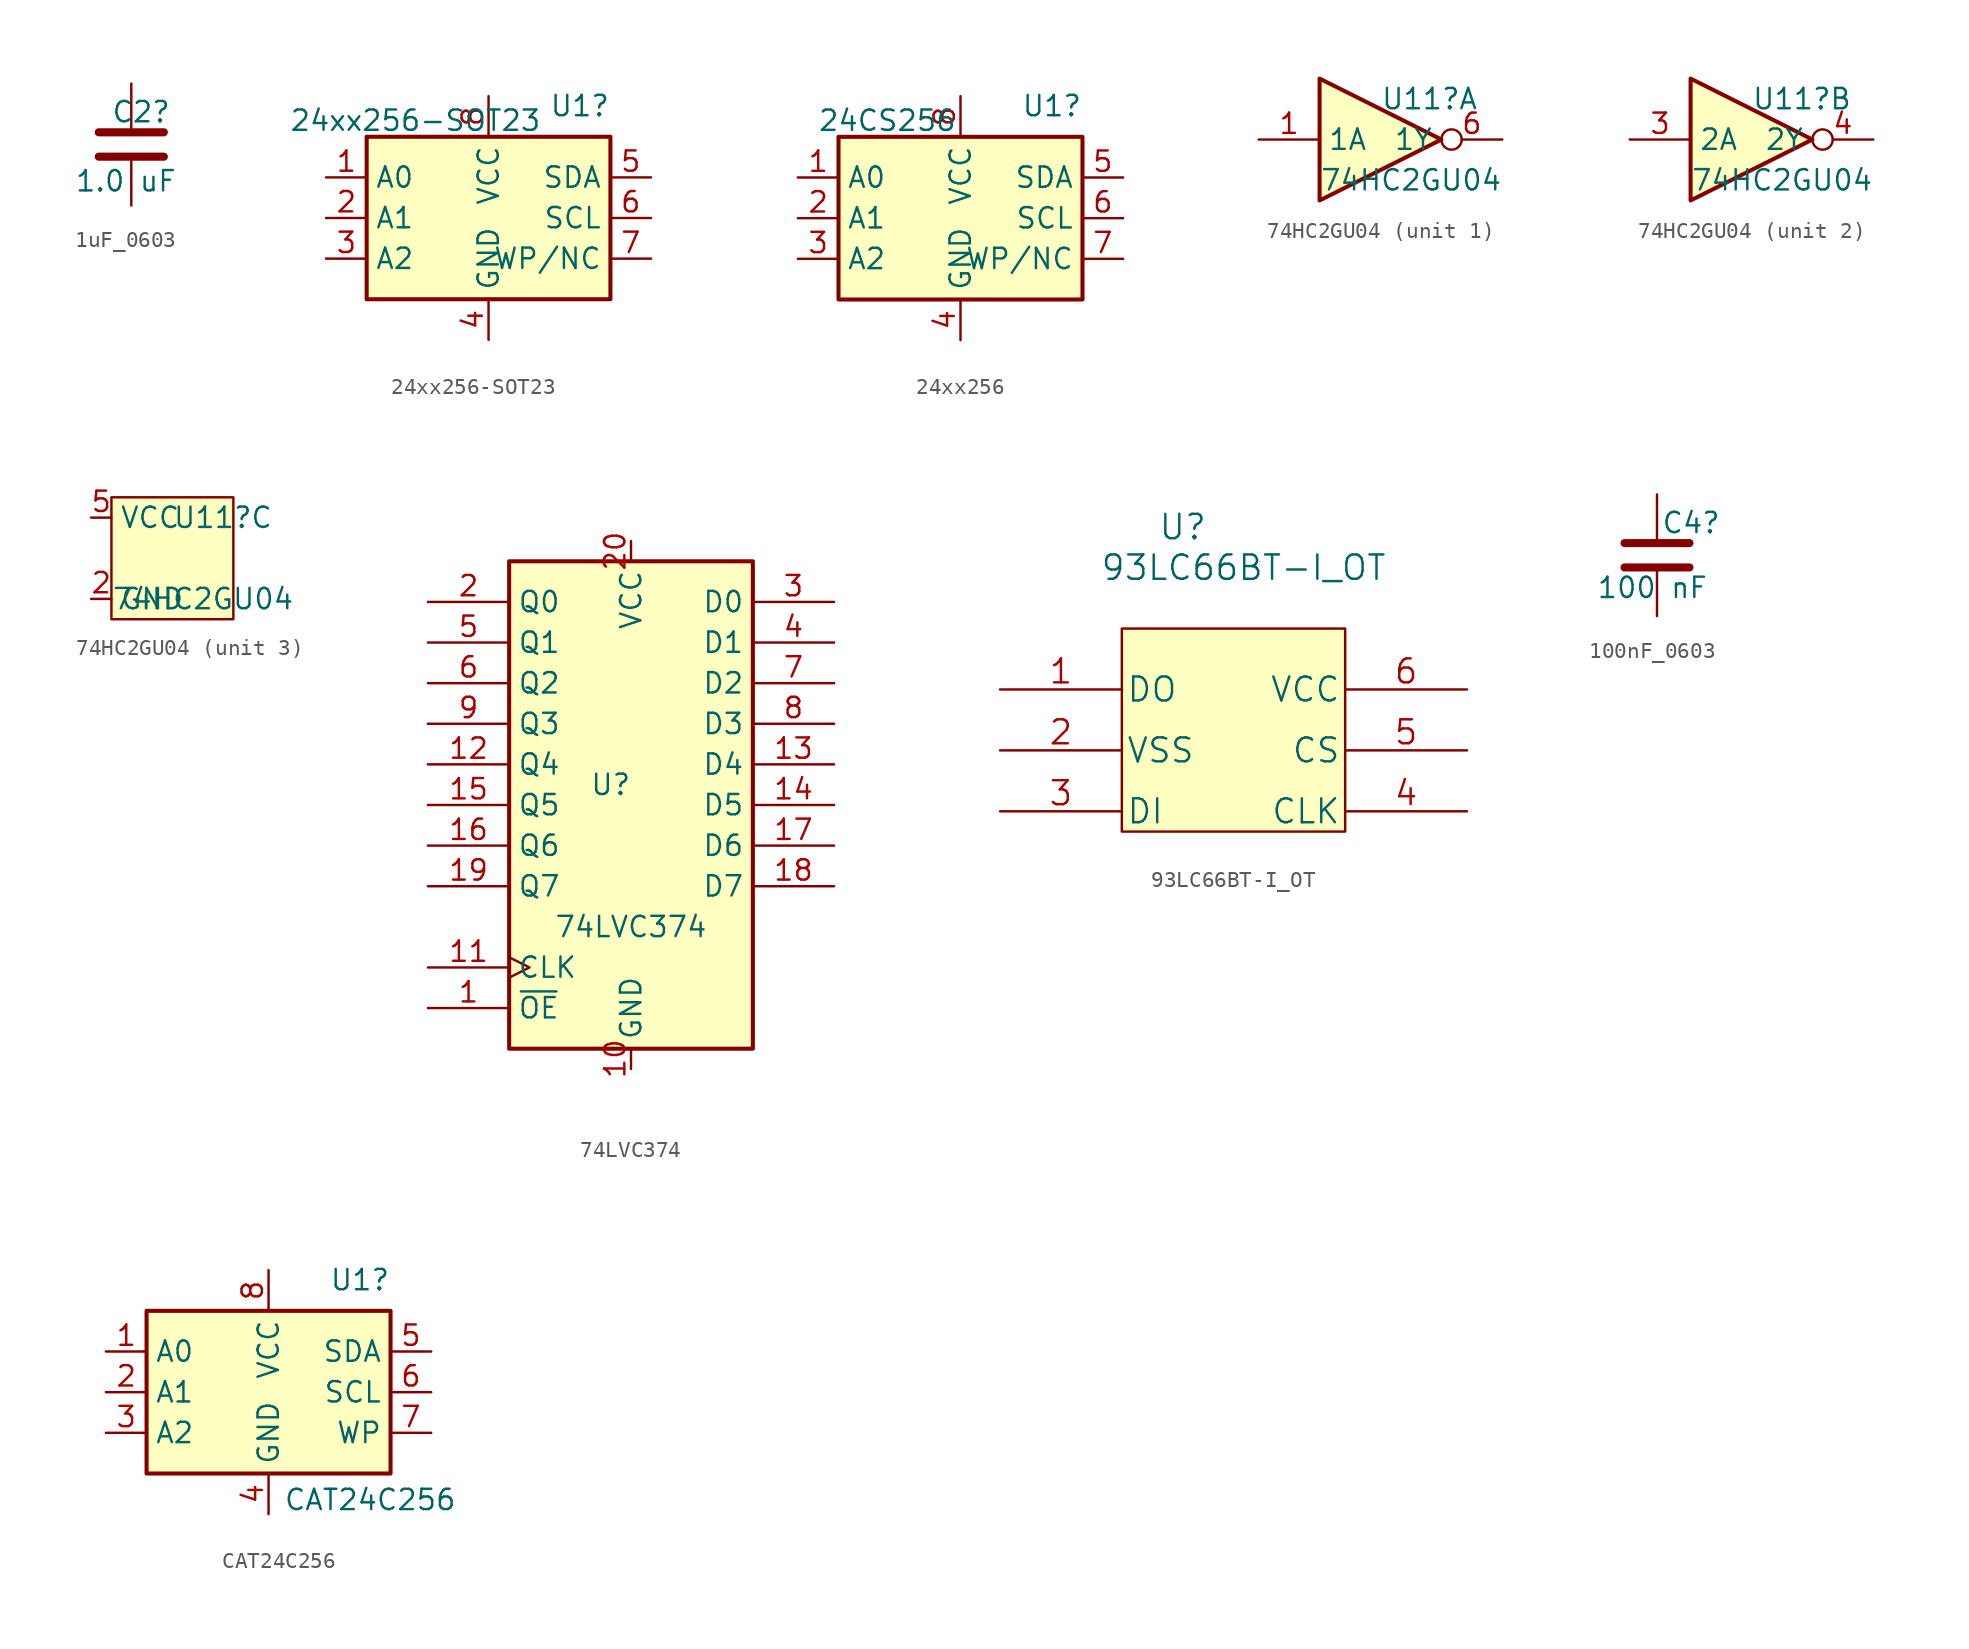
<source format=kicad_sym>
(kicad_symbol_lib
  (version 20241209)
  (generator "kicad_symbol_editor")
  (generator_version "9.0")
  (symbol "1uF_0603"
    (pin_numbers
      (hide yes))
    (pin_names
      (offset 0.254))
    (property "Reference" "C2"
      (at -1.27 2.032 0)
      (effects (font (size 1.27 1.27)) (justify left)))
    (property "Value" "1.0 uF"
      (at -3.556 -2.286 0)
      (effects (font (size 1.27 1.27)) (justify left)))
    (symbol "1uF_0603_0_1"
      (polyline (pts (xy -2.032 0.762) (xy 2.032 0.762)) (stroke (width 0.508) (type solid)) (fill (type none)))
      (polyline (pts (xy -2.032 -0.762) (xy 2.032 -0.762)) (stroke (width 0.508) (type solid)) (fill (type none))))
    (symbol "1uF_0603_1_1"
      (pin passive line (at 0 3.81 270) (length 2.794) (name "~" (effects (font (size 1.27 1.27)))) (number "1" (effects (font (size 1.27 1.27)))))
      (pin passive line (at 0 -3.81 90) (length 2.794) (name "~" (effects (font (size 1.27 1.27)))) (number "2" (effects (font (size 1.27 1.27)))))))
  (symbol "24xx256-SOT23"
    (property "Reference" "U1"
      (at 7.62 7.01 0)
      (effects (font (size 1.27 1.27)) (justify right)))
    (property "Value" "24xx256-SOT23"
      (at -4.572 6.096 0)
      (effects (font (size 1.27 1.27))))
    (symbol "24xx256-SOT23_1_1"
      (rectangle (start -7.62 5.08) (end 7.62 -5.08) (stroke (width 0.254) (type default)) (fill (type background)))
      (pin input line (at -10.16 2.54 0) (length 2.54) (name "A0" (effects (font (size 1.27 1.27)))) (number "1" (effects (font (size 1.27 1.27)))))
      (pin input line (at -10.16 0 0) (length 2.54) (name "A1" (effects (font (size 1.27 1.27)))) (number "2" (effects (font (size 1.27 1.27)))))
      (pin input line (at -10.16 -2.54 0) (length 2.54) (name "A2" (effects (font (size 1.27 1.27)))) (number "3" (effects (font (size 1.27 1.27)))))
      (pin power_in line (at 0 7.62 270) (length 2.54) (name "VCC" (effects (font (size 1.27 1.27)))) (number "8" (effects (font (size 1.27 1.27)))))
      (pin power_in line (at 0 -7.62 90) (length 2.54) (name "GND" (effects (font (size 1.27 1.27)))) (number "4" (effects (font (size 1.27 1.27)))))
      (pin bidirectional line (at 10.16 2.54 180) (length 2.54) (name "SDA" (effects (font (size 1.27 1.27)))) (number "5" (effects (font (size 1.27 1.27)))))
      (pin input line (at 10.16 0 180) (length 2.54) (name "SCL" (effects (font (size 1.27 1.27)))) (number "6" (effects (font (size 1.27 1.27)))))
      (pin input line (at 10.16 -2.54 180) (length 2.54) (name "WP/NC" (effects (font (size 1.27 1.27)))) (number "7" (effects (font (size 1.27 1.27)))))))
  (symbol "24xx256"
    (property "Reference" "U1"
      (at 7.62 7.01 0)
      (effects (font (size 1.27 1.27)) (justify right)))
    (property "Value" "24CS256"
      (at -4.572 6.096 0)
      (effects (font (size 1.27 1.27))))
    (symbol "24xx256_1_1"
      (rectangle (start -7.62 5.08) (end 7.62 -5.08) (stroke (width 0.254) (type default)) (fill (type background)))
      (pin input line (at -10.16 2.54 0) (length 2.54) (name "A0" (effects (font (size 1.27 1.27)))) (number "1" (effects (font (size 1.27 1.27)))))
      (pin input line (at -10.16 0 0) (length 2.54) (name "A1" (effects (font (size 1.27 1.27)))) (number "2" (effects (font (size 1.27 1.27)))))
      (pin input line (at -10.16 -2.54 0) (length 2.54) (name "A2" (effects (font (size 1.27 1.27)))) (number "3" (effects (font (size 1.27 1.27)))))
      (pin power_in line (at 0 7.62 270) (length 2.54) (name "VCC" (effects (font (size 1.27 1.27)))) (number "8" (effects (font (size 1.27 1.27)))))
      (pin power_in line (at 0 -7.62 90) (length 2.54) (name "GND" (effects (font (size 1.27 1.27)))) (number "4" (effects (font (size 1.27 1.27)))))
      (pin bidirectional line (at 10.16 2.54 180) (length 2.54) (name "SDA" (effects (font (size 1.27 1.27)))) (number "5" (effects (font (size 1.27 1.27)))))
      (pin input line (at 10.16 0 180) (length 2.54) (name "SCL" (effects (font (size 1.27 1.27)))) (number "6" (effects (font (size 1.27 1.27)))))
      (pin input line (at 10.16 -2.54 180) (length 2.54) (name "WP/NC" (effects (font (size 1.27 1.27)))) (number "7" (effects (font (size 1.27 1.27)))))))
  (symbol "74HC2GU04"
    (property "Reference" "U11"
      (at 0 2.54 0)
      (effects (font (size 1.27 1.27)) (justify left)))
    (property "Value" "74HC2GU04"
      (at -3.81 -2.54 0)
      (effects (font (size 1.27 1.27)) (justify left)))
    (property "ki_locked" ""
      (at 0 0 0)
      (effects (font (size 1.27 1.27))))
    (symbol "74HC2GU04_1_0"
      (polyline (pts (xy -3.81 3.81) (xy -3.81 -3.81) (xy 3.81 0) (xy -3.81 3.81)) (stroke (width 0.254) (type solid)) (fill (type background)))
      (pin input line (at -7.62 0 0) (length 3.81) (name "1A" (effects (font (size 1.27 1.27)))) (number "1" (effects (font (size 1.27 1.27)))))
      (pin output inverted (at 7.62 0 180) (length 3.81) (name "1Y" (effects (font (size 1.27 1.27)))) (number "6" (effects (font (size 1.27 1.27))))))
    (symbol "74HC2GU04_2_0"
      (polyline (pts (xy -3.81 3.81) (xy -3.81 -3.81) (xy 3.81 0) (xy -3.81 3.81)) (stroke (width 0.254) (type solid)) (fill (type background)))
      (pin input line (at -7.62 0 0) (length 3.81) (name "2A" (effects (font (size 1.27 1.27)))) (number "3" (effects (font (size 1.27 1.27)))))
      (pin output inverted (at 7.62 0 180) (length 3.81) (name "2Y" (effects (font (size 1.27 1.27)))) (number "4" (effects (font (size 1.27 1.27))))))
    (symbol "74HC2GU04_3_0"
      (pin power_in line (at -5.08 2.54 0) (length 1.27) (name "VCC" (effects (font (size 1.27 1.27)))) (number "5" (effects (font (size 1.27 1.27)))))
      (pin power_in line (at -5.08 -2.54 0) (length 1.27) (name "GND" (effects (font (size 1.27 1.27)))) (number "2" (effects (font (size 1.27 1.27))))))
    (symbol "74HC2GU04_3_1"
      (rectangle (start 3.81 3.81) (end -3.81 -3.81) (stroke (width 0) (type solid)) (fill (type background)))))
  (symbol "74LVC374"
    (property "Reference" "U"
      (at -1.27 1.27 0)
      (effects (font (size 1.27 1.27))))
    (property "Value" "74LVC374"
      (at 0 -7.62 0)
      (effects (font (size 1.27 1.27))))
    (symbol "74LVC374_1_0"
      (pin tri_state line (at -12.7 12.7 0) (length 5.08) (name "Q0" (effects (font (size 1.27 1.27)))) (number "2" (effects (font (size 1.27 1.27)))))
      (pin tri_state line (at -12.7 10.16 0) (length 5.08) (name "Q1" (effects (font (size 1.27 1.27)))) (number "5" (effects (font (size 1.27 1.27)))))
      (pin tri_state line (at -12.7 7.62 0) (length 5.08) (name "Q2" (effects (font (size 1.27 1.27)))) (number "6" (effects (font (size 1.27 1.27)))))
      (pin tri_state line (at -12.7 5.08 0) (length 5.08) (name "Q3" (effects (font (size 1.27 1.27)))) (number "9" (effects (font (size 1.27 1.27)))))
      (pin tri_state line (at -12.7 2.54 0) (length 5.08) (name "Q4" (effects (font (size 1.27 1.27)))) (number "12" (effects (font (size 1.27 1.27)))))
      (pin tri_state line (at -12.7 0 0) (length 5.08) (name "Q5" (effects (font (size 1.27 1.27)))) (number "15" (effects (font (size 1.27 1.27)))))
      (pin tri_state line (at -12.7 -2.54 0) (length 5.08) (name "Q6" (effects (font (size 1.27 1.27)))) (number "16" (effects (font (size 1.27 1.27)))))
      (pin tri_state line (at -12.7 -5.08 0) (length 5.08) (name "Q7" (effects (font (size 1.27 1.27)))) (number "19" (effects (font (size 1.27 1.27)))))
      (pin input clock (at -12.7 -10.16 0) (length 5.08) (name "CLK" (effects (font (size 1.27 1.27)))) (number "11" (effects (font (size 1.27 1.27)))))
      (pin input line (at -12.7 -12.7 0) (length 5.08) (name "~{OE}" (effects (font (size 1.27 1.27)))) (number "1" (effects (font (size 1.27 1.27)))))
      (pin power_in line (at 0 16.51 270) (length 1.27) (name "VCC" (effects (font (size 1.27 1.27)))) (number "20" (effects (font (size 1.27 1.27)))))
      (pin power_in line (at 0 -16.51 90) (length 1.27) (name "GND" (effects (font (size 1.27 1.27)))) (number "10" (effects (font (size 1.27 1.27)))))
      (pin input line (at 12.7 12.7 180) (length 5.08) (name "D0" (effects (font (size 1.27 1.27)))) (number "3" (effects (font (size 1.27 1.27)))))
      (pin input line (at 12.7 10.16 180) (length 5.08) (name "D1" (effects (font (size 1.27 1.27)))) (number "4" (effects (font (size 1.27 1.27)))))
      (pin input line (at 12.7 7.62 180) (length 5.08) (name "D2" (effects (font (size 1.27 1.27)))) (number "7" (effects (font (size 1.27 1.27)))))
      (pin input line (at 12.7 5.08 180) (length 5.08) (name "D3" (effects (font (size 1.27 1.27)))) (number "8" (effects (font (size 1.27 1.27)))))
      (pin input line (at 12.7 2.54 180) (length 5.08) (name "D4" (effects (font (size 1.27 1.27)))) (number "13" (effects (font (size 1.27 1.27)))))
      (pin input line (at 12.7 0 180) (length 5.08) (name "D5" (effects (font (size 1.27 1.27)))) (number "14" (effects (font (size 1.27 1.27)))))
      (pin input line (at 12.7 -2.54 180) (length 5.08) (name "D6" (effects (font (size 1.27 1.27)))) (number "17" (effects (font (size 1.27 1.27)))))
      (pin input line (at 12.7 -5.08 180) (length 5.08) (name "D7" (effects (font (size 1.27 1.27)))) (number "18" (effects (font (size 1.27 1.27))))))
    (symbol "74LVC374_1_1"
      (rectangle (start -7.62 15.24) (end 7.62 -15.24) (stroke (width 0.254) (type solid)) (fill (type background)))))
  (symbol "93LC66BT-I_OT"
    (pin_names
      (offset 0.254))
    (property "Reference" "U"
      (at 11.43 10.16 0)
      (effects (font (size 1.524 1.524))))
    (property "Value" "93LC66BT-I_OT"
      (at 15.24 7.62 0)
      (effects (font (size 1.524 1.524))))
    (symbol "93LC66BT-I_OT_0_1"
      (rectangle (start 7.62 3.81) (end 21.59 -8.89) (stroke (width 0) (type solid)) (fill (type background))))
    (symbol "93LC66BT-I_OT_1_0"
      (pin unspecified line (at 0 0 0) (length 7.62) (name "DO" (effects (font (size 1.499 1.499)))) (number "1" (effects (font (size 1.499 1.499)))))
      (pin unspecified line (at 0 -3.81 0) (length 7.62) (name "VSS" (effects (font (size 1.499 1.499)))) (number "2" (effects (font (size 1.499 1.499)))))
      (pin unspecified line (at 0 -7.62 0) (length 7.62) (name "DI" (effects (font (size 1.499 1.499)))) (number "3" (effects (font (size 1.499 1.499)))))
      (pin unspecified line (at 29.21 0 180) (length 7.62) (name "VCC" (effects (font (size 1.499 1.499)))) (number "6" (effects (font (size 1.499 1.499)))))
      (pin unspecified line (at 29.21 -3.81 180) (length 7.62) (name "CS" (effects (font (size 1.499 1.499)))) (number "5" (effects (font (size 1.499 1.499)))))
      (pin unspecified line (at 29.21 -7.62 180) (length 7.62) (name "CLK" (effects (font (size 1.499 1.499)))) (number "4" (effects (font (size 1.499 1.499)))))))
  (symbol "100nF_0603"
    (pin_numbers
      (hide yes))
    (pin_names
      (offset 0.254))
    (property "Reference" "C4"
      (at 0.254 2.032 0)
      (effects (font (size 1.27 1.27)) (justify left)))
    (property "Value" "100 nF"
      (at -3.81 -2.032 0)
      (effects (font (size 1.27 1.27)) (justify left)))
    (symbol "100nF_0603_0_1"
      (polyline (pts (xy -2.032 0.762) (xy 2.032 0.762)) (stroke (width 0.508) (type solid)) (fill (type none)))
      (polyline (pts (xy -2.032 -0.762) (xy 2.032 -0.762)) (stroke (width 0.508) (type solid)) (fill (type none))))
    (symbol "100nF_0603_1_1"
      (pin passive line (at 0 3.81 270) (length 2.794) (name "~" (effects (font (size 1.27 1.27)))) (number "1" (effects (font (size 1.27 1.27)))))
      (pin passive line (at 0 -3.81 90) (length 2.794) (name "~" (effects (font (size 1.27 1.27)))) (number "2" (effects (font (size 1.27 1.27)))))))
  (symbol "CAT24C256"
    (property "Reference" "U1"
      (at 7.62 7.01 0)
      (effects (font (size 1.27 1.27)) (justify right)))
    (property "Value" "CAT24C256"
      (at 6.35 -6.724 0)
      (effects (font (size 1.27 1.27))))
    (symbol "CAT24C256_1_1"
      (rectangle (start -7.62 5.08) (end 7.62 -5.08) (stroke (width 0.254) (type default)) (fill (type background)))
      (pin input line (at -10.16 2.54 0) (length 2.54) (name "A0" (effects (font (size 1.27 1.27)))) (number "1" (effects (font (size 1.27 1.27)))))
      (pin input line (at -10.16 0 0) (length 2.54) (name "A1" (effects (font (size 1.27 1.27)))) (number "2" (effects (font (size 1.27 1.27)))))
      (pin input line (at -10.16 -2.54 0) (length 2.54) (name "A2" (effects (font (size 1.27 1.27)))) (number "3" (effects (font (size 1.27 1.27)))))
      (pin power_in line (at 0 7.62 270) (length 2.54) (name "VCC" (effects (font (size 1.27 1.27)))) (number "8" (effects (font (size 1.27 1.27)))))
      (pin power_in line (at 0 -7.62 90) (length 2.54) (name "GND" (effects (font (size 1.27 1.27)))) (number "4" (effects (font (size 1.27 1.27)))))
      (pin bidirectional line (at 10.16 2.54 180) (length 2.54) (name "SDA" (effects (font (size 1.27 1.27)))) (number "5" (effects (font (size 1.27 1.27)))))
      (pin input line (at 10.16 0 180) (length 2.54) (name "SCL" (effects (font (size 1.27 1.27)))) (number "6" (effects (font (size 1.27 1.27)))))
      (pin input line (at 10.16 -2.54 180) (length 2.54) (name "WP" (effects (font (size 1.27 1.27)))) (number "7" (effects (font (size 1.27 1.27))))))))
</source>
